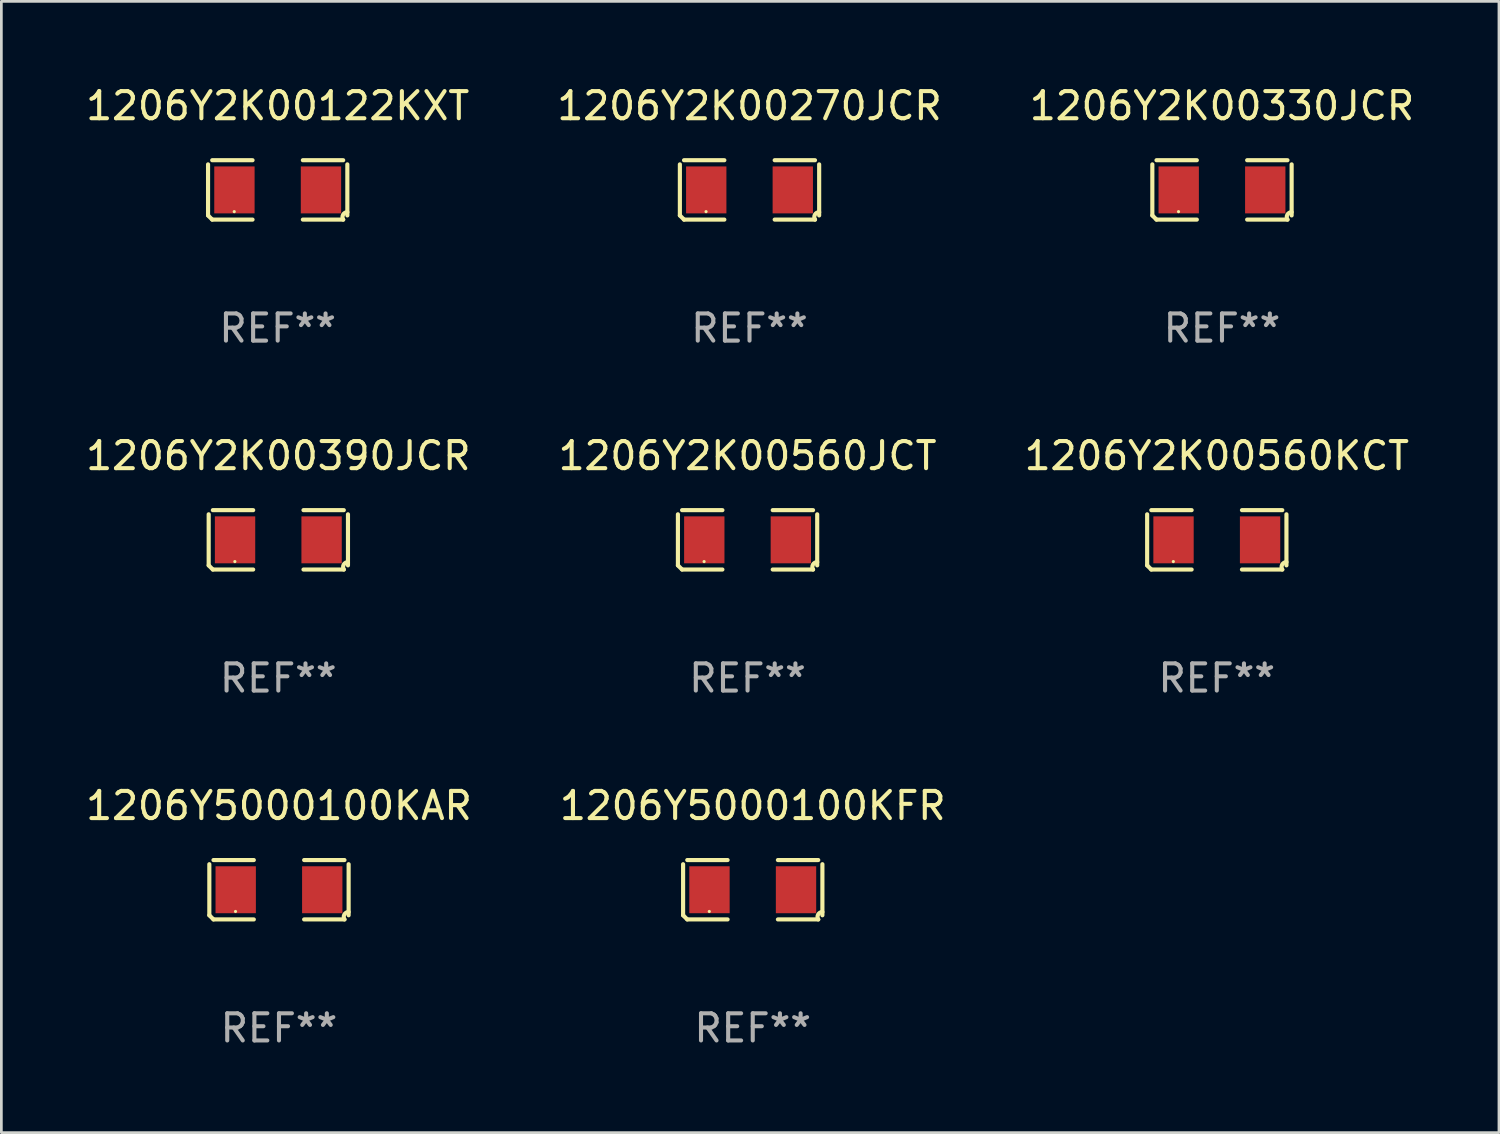
<source format=kicad_pcb>
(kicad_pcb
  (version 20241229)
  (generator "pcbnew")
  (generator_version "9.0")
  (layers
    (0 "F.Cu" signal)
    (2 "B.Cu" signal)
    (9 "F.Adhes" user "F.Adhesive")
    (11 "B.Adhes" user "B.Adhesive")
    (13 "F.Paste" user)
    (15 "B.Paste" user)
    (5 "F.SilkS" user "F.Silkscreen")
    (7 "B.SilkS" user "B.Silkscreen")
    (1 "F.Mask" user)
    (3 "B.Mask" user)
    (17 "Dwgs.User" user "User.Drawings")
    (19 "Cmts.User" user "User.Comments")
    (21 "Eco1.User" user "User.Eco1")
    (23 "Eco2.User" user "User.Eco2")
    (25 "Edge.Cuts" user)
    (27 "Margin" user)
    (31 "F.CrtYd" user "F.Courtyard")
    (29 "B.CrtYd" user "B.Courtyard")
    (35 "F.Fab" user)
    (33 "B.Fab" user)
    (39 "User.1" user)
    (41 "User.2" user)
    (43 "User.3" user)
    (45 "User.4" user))
  (footprint "1206Y2K00560KCT"
    (layer "F.Cu")
    (at 41.744 16.823)
    (property "Reference" "1206Y2K00560KCT" (at 0 -3.093 0) (layer "F.SilkS") (effects (font (size 1 1) (thickness 0.15))))
    (attr through_hole)
    (fp_line (start -2.564 0.94) (end -2.564 -0.94) (stroke (width 0.152) (type solid)) (layer "F.SilkS"))
    (fp_line (start -2.411 -1.093) (end -0.926 -1.093) (stroke (width 0.152) (type solid)) (layer "F.SilkS"))
    (fp_line (start -0.926 1.093) (end -2.411 1.093) (stroke (width 0.152) (type solid)) (layer "F.SilkS"))
    (fp_line (start 0.926 1.093) (end 2.411 1.093) (stroke (width 0.152) (type solid)) (layer "F.SilkS"))
    (fp_line (start 2.411 -1.093) (end 0.926 -1.093) (stroke (width 0.152) (type solid)) (layer "F.SilkS"))
    (fp_line (start 2.564 0.94) (end 2.564 -0.94) (stroke (width 0.152) (type solid)) (layer "F.SilkS"))
    (fp_arc (start -2.411201 1.092609) (mid -2.487413 1.01642) (end -2.563602 0.940208) (stroke (width 0.1524) (type solid)) (layer "F.SilkS"))
    (fp_arc (start 2.411201 1.092609) (mid 2.407159 0.911226) (end 2.563602 0.819347) (stroke (width 0.1524) (type solid)) (layer "F.SilkS"))
    (fp_circle (center -1.6 0.8) (end -1.57 0.8) (stroke (width 0.06) (type solid)) (fill no) (layer "F.SilkS"))
    (fp_text user "REF**" (at 0 5.093 0) (layer "F.Fab") (effects (font (size 1 1) (thickness 0.15))))
    (pad "1" smd rect (at -1.593 0) (size 1.485 1.728) (layers "F.Cu" "F.Mask" "F.Paste"))
    (pad "2" smd rect (at 1.593 0) (size 1.485 1.728) (layers "F.Cu" "F.Mask" "F.Paste")))
  (footprint "1206Y5000100KFR"
    (layer "F.Cu")
    (at 24.661 29.704)
    (property "Reference" "1206Y5000100KFR" (at 0 -3.093 0) (layer "F.SilkS") (effects (font (size 1 1) (thickness 0.15))))
    (attr through_hole)
    (fp_line (start -2.564 0.94) (end -2.564 -0.94) (stroke (width 0.152) (type solid)) (layer "F.SilkS"))
    (fp_line (start -2.411 -1.093) (end -0.926 -1.093) (stroke (width 0.152) (type solid)) (layer "F.SilkS"))
    (fp_line (start -0.926 1.093) (end -2.411 1.093) (stroke (width 0.152) (type solid)) (layer "F.SilkS"))
    (fp_line (start 0.926 1.093) (end 2.411 1.093) (stroke (width 0.152) (type solid)) (layer "F.SilkS"))
    (fp_line (start 2.411 -1.093) (end 0.926 -1.093) (stroke (width 0.152) (type solid)) (layer "F.SilkS"))
    (fp_line (start 2.564 0.94) (end 2.564 -0.94) (stroke (width 0.152) (type solid)) (layer "F.SilkS"))
    (fp_arc (start -2.411201 1.092609) (mid -2.487413 1.01642) (end -2.563602 0.940208) (stroke (width 0.1524) (type solid)) (layer "F.SilkS"))
    (fp_arc (start 2.411201 1.092609) (mid 2.407159 0.911226) (end 2.563602 0.819347) (stroke (width 0.1524) (type solid)) (layer "F.SilkS"))
    (fp_circle (center -1.6 0.8) (end -1.57 0.8) (stroke (width 0.06) (type solid)) (fill no) (layer "F.SilkS"))
    (fp_text user "REF**" (at 0 5.093 0) (layer "F.Fab") (effects (font (size 1 1) (thickness 0.15))))
    (pad "1" smd rect (at -1.593 0) (size 1.485 1.728) (layers "F.Cu" "F.Mask" "F.Paste"))
    (pad "2" smd rect (at 1.593 0) (size 1.485 1.728) (layers "F.Cu" "F.Mask" "F.Paste")))
  (footprint "1206Y2K00270JCR"
    (layer "F.Cu")
    (at 24.542 3.941)
    (property "Reference" "1206Y2K00270JCR" (at 0 -3.093 0) (layer "F.SilkS") (effects (font (size 1 1) (thickness 0.15))))
    (attr through_hole)
    (fp_line (start -2.564 0.94) (end -2.564 -0.94) (stroke (width 0.152) (type solid)) (layer "F.SilkS"))
    (fp_line (start -2.411 -1.093) (end -0.926 -1.093) (stroke (width 0.152) (type solid)) (layer "F.SilkS"))
    (fp_line (start -0.926 1.093) (end -2.411 1.093) (stroke (width 0.152) (type solid)) (layer "F.SilkS"))
    (fp_line (start 0.926 1.093) (end 2.411 1.093) (stroke (width 0.152) (type solid)) (layer "F.SilkS"))
    (fp_line (start 2.411 -1.093) (end 0.926 -1.093) (stroke (width 0.152) (type solid)) (layer "F.SilkS"))
    (fp_line (start 2.564 0.94) (end 2.564 -0.94) (stroke (width 0.152) (type solid)) (layer "F.SilkS"))
    (fp_arc (start -2.411201 1.092609) (mid -2.487413 1.01642) (end -2.563602 0.940208) (stroke (width 0.1524) (type solid)) (layer "F.SilkS"))
    (fp_arc (start 2.411201 1.092609) (mid 2.407159 0.911226) (end 2.563602 0.819347) (stroke (width 0.1524) (type solid)) (layer "F.SilkS"))
    (fp_circle (center -1.6 0.8) (end -1.57 0.8) (stroke (width 0.06) (type solid)) (fill no) (layer "F.SilkS"))
    (fp_text user "REF**" (at 0 5.093 0) (layer "F.Fab") (effects (font (size 1 1) (thickness 0.15))))
    (pad "1" smd rect (at -1.593 0) (size 1.485 1.728) (layers "F.Cu" "F.Mask" "F.Paste"))
    (pad "2" smd rect (at 1.593 0) (size 1.485 1.728) (layers "F.Cu" "F.Mask" "F.Paste")))
  (footprint "1206Y5000100KAR"
    (layer "F.Cu")
    (at 7.22 29.704)
    (property "Reference" "1206Y5000100KAR" (at 0 -3.093 0) (layer "F.SilkS") (effects (font (size 1 1) (thickness 0.15))))
    (attr through_hole)
    (fp_line (start -2.564 0.94) (end -2.564 -0.94) (stroke (width 0.152) (type solid)) (layer "F.SilkS"))
    (fp_line (start -2.411 -1.093) (end -0.926 -1.093) (stroke (width 0.152) (type solid)) (layer "F.SilkS"))
    (fp_line (start -0.926 1.093) (end -2.411 1.093) (stroke (width 0.152) (type solid)) (layer "F.SilkS"))
    (fp_line (start 0.926 1.093) (end 2.411 1.093) (stroke (width 0.152) (type solid)) (layer "F.SilkS"))
    (fp_line (start 2.411 -1.093) (end 0.926 -1.093) (stroke (width 0.152) (type solid)) (layer "F.SilkS"))
    (fp_line (start 2.564 0.94) (end 2.564 -0.94) (stroke (width 0.152) (type solid)) (layer "F.SilkS"))
    (fp_arc (start -2.411201 1.092609) (mid -2.487413 1.01642) (end -2.563602 0.940208) (stroke (width 0.1524) (type solid)) (layer "F.SilkS"))
    (fp_arc (start 2.411201 1.092609) (mid 2.407159 0.911226) (end 2.563602 0.819347) (stroke (width 0.1524) (type solid)) (layer "F.SilkS"))
    (fp_circle (center -1.6 0.8) (end -1.57 0.8) (stroke (width 0.06) (type solid)) (fill no) (layer "F.SilkS"))
    (fp_text user "REF**" (at 0 5.093 0) (layer "F.Fab") (effects (font (size 1 1) (thickness 0.15))))
    (pad "1" smd rect (at -1.593 0) (size 1.485 1.728) (layers "F.Cu" "F.Mask" "F.Paste"))
    (pad "2" smd rect (at 1.593 0) (size 1.485 1.728) (layers "F.Cu" "F.Mask" "F.Paste")))
  (footprint "1206Y2K00560JCT"
    (layer "F.Cu")
    (at 24.47 16.823)
    (property "Reference" "1206Y2K00560JCT" (at 0 -3.093 0) (layer "F.SilkS") (effects (font (size 1 1) (thickness 0.15))))
    (attr through_hole)
    (fp_line (start -2.564 0.94) (end -2.564 -0.94) (stroke (width 0.152) (type solid)) (layer "F.SilkS"))
    (fp_line (start -2.411 -1.093) (end -0.926 -1.093) (stroke (width 0.152) (type solid)) (layer "F.SilkS"))
    (fp_line (start -0.926 1.093) (end -2.411 1.093) (stroke (width 0.152) (type solid)) (layer "F.SilkS"))
    (fp_line (start 0.926 1.093) (end 2.411 1.093) (stroke (width 0.152) (type solid)) (layer "F.SilkS"))
    (fp_line (start 2.411 -1.093) (end 0.926 -1.093) (stroke (width 0.152) (type solid)) (layer "F.SilkS"))
    (fp_line (start 2.564 0.94) (end 2.564 -0.94) (stroke (width 0.152) (type solid)) (layer "F.SilkS"))
    (fp_arc (start -2.411201 1.092609) (mid -2.487413 1.01642) (end -2.563602 0.940208) (stroke (width 0.1524) (type solid)) (layer "F.SilkS"))
    (fp_arc (start 2.411201 1.092609) (mid 2.407159 0.911226) (end 2.563602 0.819347) (stroke (width 0.1524) (type solid)) (layer "F.SilkS"))
    (fp_circle (center -1.6 0.8) (end -1.57 0.8) (stroke (width 0.06) (type solid)) (fill no) (layer "F.SilkS"))
    (fp_text user "REF**" (at 0 5.093 0) (layer "F.Fab") (effects (font (size 1 1) (thickness 0.15))))
    (pad "1" smd rect (at -1.593 0) (size 1.485 1.728) (layers "F.Cu" "F.Mask" "F.Paste"))
    (pad "2" smd rect (at 1.593 0) (size 1.485 1.728) (layers "F.Cu" "F.Mask" "F.Paste")))
  (footprint "1206Y2K00122KXT"
    (layer "F.Cu")
    (at 7.173 3.941)
    (property "Reference" "1206Y2K00122KXT" (at 0 -3.093 0) (layer "F.SilkS") (effects (font (size 1 1) (thickness 0.15))))
    (attr through_hole)
    (fp_line (start -2.564 0.94) (end -2.564 -0.94) (stroke (width 0.152) (type solid)) (layer "F.SilkS"))
    (fp_line (start -2.411 -1.093) (end -0.926 -1.093) (stroke (width 0.152) (type solid)) (layer "F.SilkS"))
    (fp_line (start -0.926 1.093) (end -2.411 1.093) (stroke (width 0.152) (type solid)) (layer "F.SilkS"))
    (fp_line (start 0.926 1.093) (end 2.411 1.093) (stroke (width 0.152) (type solid)) (layer "F.SilkS"))
    (fp_line (start 2.411 -1.093) (end 0.926 -1.093) (stroke (width 0.152) (type solid)) (layer "F.SilkS"))
    (fp_line (start 2.564 0.94) (end 2.564 -0.94) (stroke (width 0.152) (type solid)) (layer "F.SilkS"))
    (fp_arc (start -2.411201 1.092609) (mid -2.487413 1.01642) (end -2.563602 0.940208) (stroke (width 0.1524) (type solid)) (layer "F.SilkS"))
    (fp_arc (start 2.411201 1.092609) (mid 2.407159 0.911226) (end 2.563602 0.819347) (stroke (width 0.1524) (type solid)) (layer "F.SilkS"))
    (fp_circle (center -1.6 0.8) (end -1.57 0.8) (stroke (width 0.06) (type solid)) (fill no) (layer "F.SilkS"))
    (fp_text user "REF**" (at 0 5.093 0) (layer "F.Fab") (effects (font (size 1 1) (thickness 0.15))))
    (pad "1" smd rect (at -1.593 0) (size 1.485 1.728) (layers "F.Cu" "F.Mask" "F.Paste"))
    (pad "2" smd rect (at 1.593 0) (size 1.485 1.728) (layers "F.Cu" "F.Mask" "F.Paste")))
  (footprint "1206Y2K00330JCR"
    (layer "F.Cu")
    (at 41.935 3.941)
    (property "Reference" "1206Y2K00330JCR" (at 0 -3.093 0) (layer "F.SilkS") (effects (font (size 1 1) (thickness 0.15))))
    (attr through_hole)
    (fp_line (start -2.564 0.94) (end -2.564 -0.94) (stroke (width 0.152) (type solid)) (layer "F.SilkS"))
    (fp_line (start -2.411 -1.093) (end -0.926 -1.093) (stroke (width 0.152) (type solid)) (layer "F.SilkS"))
    (fp_line (start -0.926 1.093) (end -2.411 1.093) (stroke (width 0.152) (type solid)) (layer "F.SilkS"))
    (fp_line (start 0.926 1.093) (end 2.411 1.093) (stroke (width 0.152) (type solid)) (layer "F.SilkS"))
    (fp_line (start 2.411 -1.093) (end 0.926 -1.093) (stroke (width 0.152) (type solid)) (layer "F.SilkS"))
    (fp_line (start 2.564 0.94) (end 2.564 -0.94) (stroke (width 0.152) (type solid)) (layer "F.SilkS"))
    (fp_arc (start -2.411201 1.092609) (mid -2.487413 1.01642) (end -2.563602 0.940208) (stroke (width 0.1524) (type solid)) (layer "F.SilkS"))
    (fp_arc (start 2.411201 1.092609) (mid 2.407159 0.911226) (end 2.563602 0.819347) (stroke (width 0.1524) (type solid)) (layer "F.SilkS"))
    (fp_circle (center -1.6 0.8) (end -1.57 0.8) (stroke (width 0.06) (type solid)) (fill no) (layer "F.SilkS"))
    (fp_text user "REF**" (at 0 5.093 0) (layer "F.Fab") (effects (font (size 1 1) (thickness 0.15))))
    (pad "1" smd rect (at -1.593 0) (size 1.485 1.728) (layers "F.Cu" "F.Mask" "F.Paste"))
    (pad "2" smd rect (at 1.593 0) (size 1.485 1.728) (layers "F.Cu" "F.Mask" "F.Paste")))
  (footprint "1206Y2K00390JCR"
    (layer "F.Cu")
    (at 7.196 16.823)
    (property "Reference" "1206Y2K00390JCR" (at 0 -3.093 0) (layer "F.SilkS") (effects (font (size 1 1) (thickness 0.15))))
    (attr through_hole)
    (fp_line (start -2.564 0.94) (end -2.564 -0.94) (stroke (width 0.152) (type solid)) (layer "F.SilkS"))
    (fp_line (start -2.411 -1.093) (end -0.926 -1.093) (stroke (width 0.152) (type solid)) (layer "F.SilkS"))
    (fp_line (start -0.926 1.093) (end -2.411 1.093) (stroke (width 0.152) (type solid)) (layer "F.SilkS"))
    (fp_line (start 0.926 1.093) (end 2.411 1.093) (stroke (width 0.152) (type solid)) (layer "F.SilkS"))
    (fp_line (start 2.411 -1.093) (end 0.926 -1.093) (stroke (width 0.152) (type solid)) (layer "F.SilkS"))
    (fp_line (start 2.564 0.94) (end 2.564 -0.94) (stroke (width 0.152) (type solid)) (layer "F.SilkS"))
    (fp_arc (start -2.411201 1.092609) (mid -2.487413 1.01642) (end -2.563602 0.940208) (stroke (width 0.1524) (type solid)) (layer "F.SilkS"))
    (fp_arc (start 2.411201 1.092609) (mid 2.407159 0.911226) (end 2.563602 0.819347) (stroke (width 0.1524) (type solid)) (layer "F.SilkS"))
    (fp_circle (center -1.6 0.8) (end -1.57 0.8) (stroke (width 0.06) (type solid)) (fill no) (layer "F.SilkS"))
    (fp_text user "REF**" (at 0 5.093 0) (layer "F.Fab") (effects (font (size 1 1) (thickness 0.15))))
    (pad "1" smd rect (at -1.593 0) (size 1.485 1.728) (layers "F.Cu" "F.Mask" "F.Paste"))
    (pad "2" smd rect (at 1.593 0) (size 1.485 1.728) (layers "F.Cu" "F.Mask" "F.Paste")))
  (gr_rect
    (start -3 -3)
    (end 52.131 38.645)
    (stroke (width 0.1) (type default))
    (fill no)
    (layer "Edge.Cuts")))
</source>
